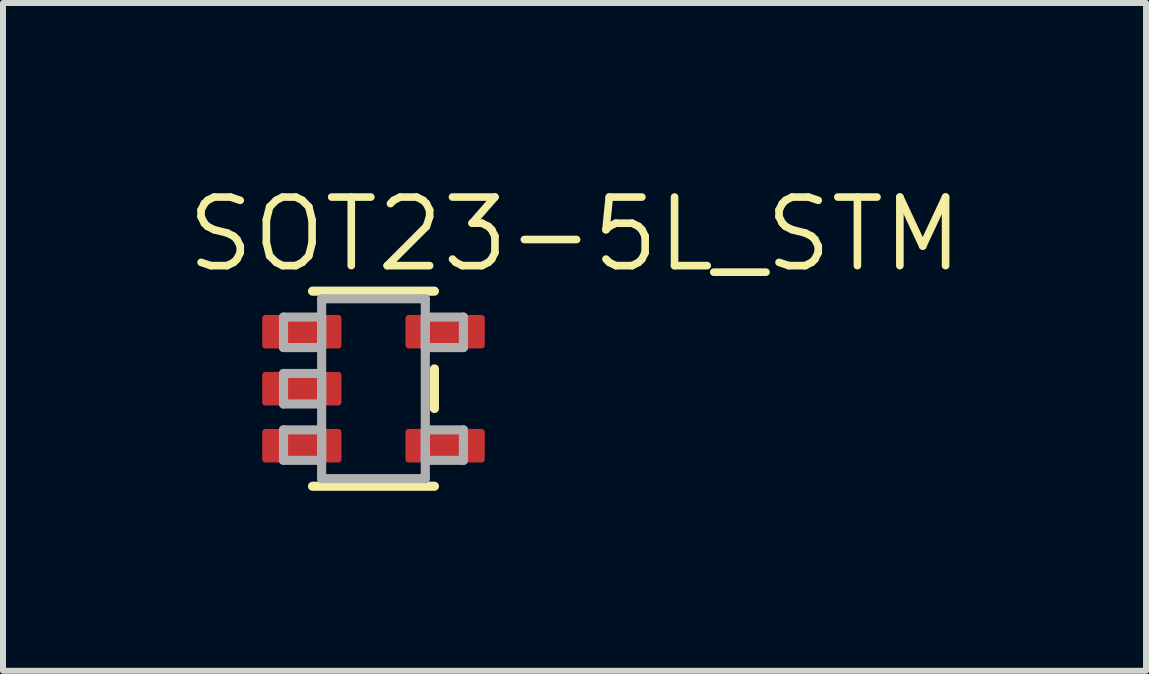
<source format=kicad_pcb>
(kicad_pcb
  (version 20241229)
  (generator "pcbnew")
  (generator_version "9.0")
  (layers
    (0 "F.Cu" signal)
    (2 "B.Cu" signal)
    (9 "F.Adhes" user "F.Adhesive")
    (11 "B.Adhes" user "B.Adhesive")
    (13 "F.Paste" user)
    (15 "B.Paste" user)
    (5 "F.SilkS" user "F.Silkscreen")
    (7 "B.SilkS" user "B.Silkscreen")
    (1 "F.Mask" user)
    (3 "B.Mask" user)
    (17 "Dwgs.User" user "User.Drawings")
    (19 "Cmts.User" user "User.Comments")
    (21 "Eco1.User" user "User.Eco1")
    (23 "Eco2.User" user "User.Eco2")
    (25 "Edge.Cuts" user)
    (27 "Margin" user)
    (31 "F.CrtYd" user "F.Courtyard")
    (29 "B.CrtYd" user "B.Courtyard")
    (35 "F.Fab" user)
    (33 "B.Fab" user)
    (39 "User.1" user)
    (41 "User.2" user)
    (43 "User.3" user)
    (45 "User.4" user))
  (footprint "SOT23-5L_STM"
    (layer "F.Cu")
    (at 3.175 3.429)
    (property "Reference" "SOT23-5L_STM" (at -3.175 -1.905 0) (layer "F.SilkS") (effects (font (size 1.143 1.143) (thickness 0.127)) (justify left bottom)))
    (fp_line (start -1.016 1.626) (end 1.016 1.626) (stroke (width 0.152) (type solid)) (layer "F.SilkS"))
    (fp_line (start 1.016 -1.626) (end -1.016 -1.626) (stroke (width 0.152) (type solid)) (layer "F.SilkS"))
    (fp_line (start 1.016 0.33) (end 1.016 -0.33) (stroke (width 0.152) (type solid)) (layer "F.SilkS"))
    (fp_line (start -1.499 -1.194) (end -1.499 -0.686) (stroke (width 0.152) (type solid)) (layer "F.Fab"))
    (fp_line (start -1.499 -0.686) (end -0.864 -0.686) (stroke (width 0.152) (type solid)) (layer "F.Fab"))
    (fp_line (start -1.499 -0.254) (end -1.499 0.254) (stroke (width 0.152) (type solid)) (layer "F.Fab"))
    (fp_line (start -1.499 0.254) (end -0.864 0.254) (stroke (width 0.152) (type solid)) (layer "F.Fab"))
    (fp_line (start -1.499 0.686) (end -1.499 1.194) (stroke (width 0.152) (type solid)) (layer "F.Fab"))
    (fp_line (start -1.499 1.194) (end -0.864 1.194) (stroke (width 0.152) (type solid)) (layer "F.Fab"))
    (fp_line (start -0.864 -1.499) (end -0.864 1.499) (stroke (width 0.152) (type solid)) (layer "F.Fab"))
    (fp_line (start -0.864 -1.194) (end -1.499 -1.194) (stroke (width 0.152) (type solid)) (layer "F.Fab"))
    (fp_line (start -0.864 -0.686) (end -0.864 -1.194) (stroke (width 0.152) (type solid)) (layer "F.Fab"))
    (fp_line (start -0.864 -0.254) (end -1.499 -0.254) (stroke (width 0.152) (type solid)) (layer "F.Fab"))
    (fp_line (start -0.864 0.254) (end -0.864 -0.254) (stroke (width 0.152) (type solid)) (layer "F.Fab"))
    (fp_line (start -0.864 0.686) (end -1.499 0.686) (stroke (width 0.152) (type solid)) (layer "F.Fab"))
    (fp_line (start -0.864 1.194) (end -0.864 0.686) (stroke (width 0.152) (type solid)) (layer "F.Fab"))
    (fp_line (start -0.864 1.499) (end 0.864 1.499) (stroke (width 0.152) (type solid)) (layer "F.Fab"))
    (fp_line (start 0.864 -1.499) (end -0.864 -1.499) (stroke (width 0.152) (type solid)) (layer "F.Fab"))
    (fp_line (start 0.864 -1.194) (end 0.864 -0.686) (stroke (width 0.152) (type solid)) (layer "F.Fab"))
    (fp_line (start 0.864 -0.686) (end 1.499 -0.686) (stroke (width 0.152) (type solid)) (layer "F.Fab"))
    (fp_line (start 0.864 0.686) (end 0.864 1.194) (stroke (width 0.152) (type solid)) (layer "F.Fab"))
    (fp_line (start 0.864 1.194) (end 1.499 1.194) (stroke (width 0.152) (type solid)) (layer "F.Fab"))
    (fp_line (start 0.864 1.499) (end 0.864 -1.499) (stroke (width 0.152) (type solid)) (layer "F.Fab"))
    (fp_line (start 1.499 -1.194) (end 0.864 -1.194) (stroke (width 0.152) (type solid)) (layer "F.Fab"))
    (fp_line (start 1.499 -0.686) (end 1.499 -1.194) (stroke (width 0.152) (type solid)) (layer "F.Fab"))
    (fp_line (start 1.499 0.686) (end 0.864 0.686) (stroke (width 0.152) (type solid)) (layer "F.Fab"))
    (fp_line (start 1.499 1.194) (end 1.499 0.686) (stroke (width 0.152) (type solid)) (layer "F.Fab"))
    (pad "1" smd roundrect (at -1.194 -0.95) (size 1.321 0.559) (layers "F.Cu" "F.Mask" "F.Paste") (roundrect_rratio 0.091))
    (pad "2" smd roundrect (at -1.194 0) (size 1.321 0.559) (layers "F.Cu" "F.Mask" "F.Paste") (roundrect_rratio 0.091))
    (pad "3" smd roundrect (at -1.194 0.95) (size 1.321 0.559) (layers "F.Cu" "F.Mask" "F.Paste") (roundrect_rratio 0.091))
    (pad "4" smd roundrect (at 1.194 0.95) (size 1.321 0.559) (layers "F.Cu" "F.Mask" "F.Paste") (roundrect_rratio 0.091))
    (pad "5" smd roundrect (at 1.194 -0.95) (size 1.321 0.559) (layers "F.Cu" "F.Mask" "F.Paste") (roundrect_rratio 0.091)))
  (gr_rect
    (start -3 -3)
    (end 16.052 8.131)
    (stroke (width 0.1) (type default))
    (fill no)
    (layer "Edge.Cuts")))
</source>
